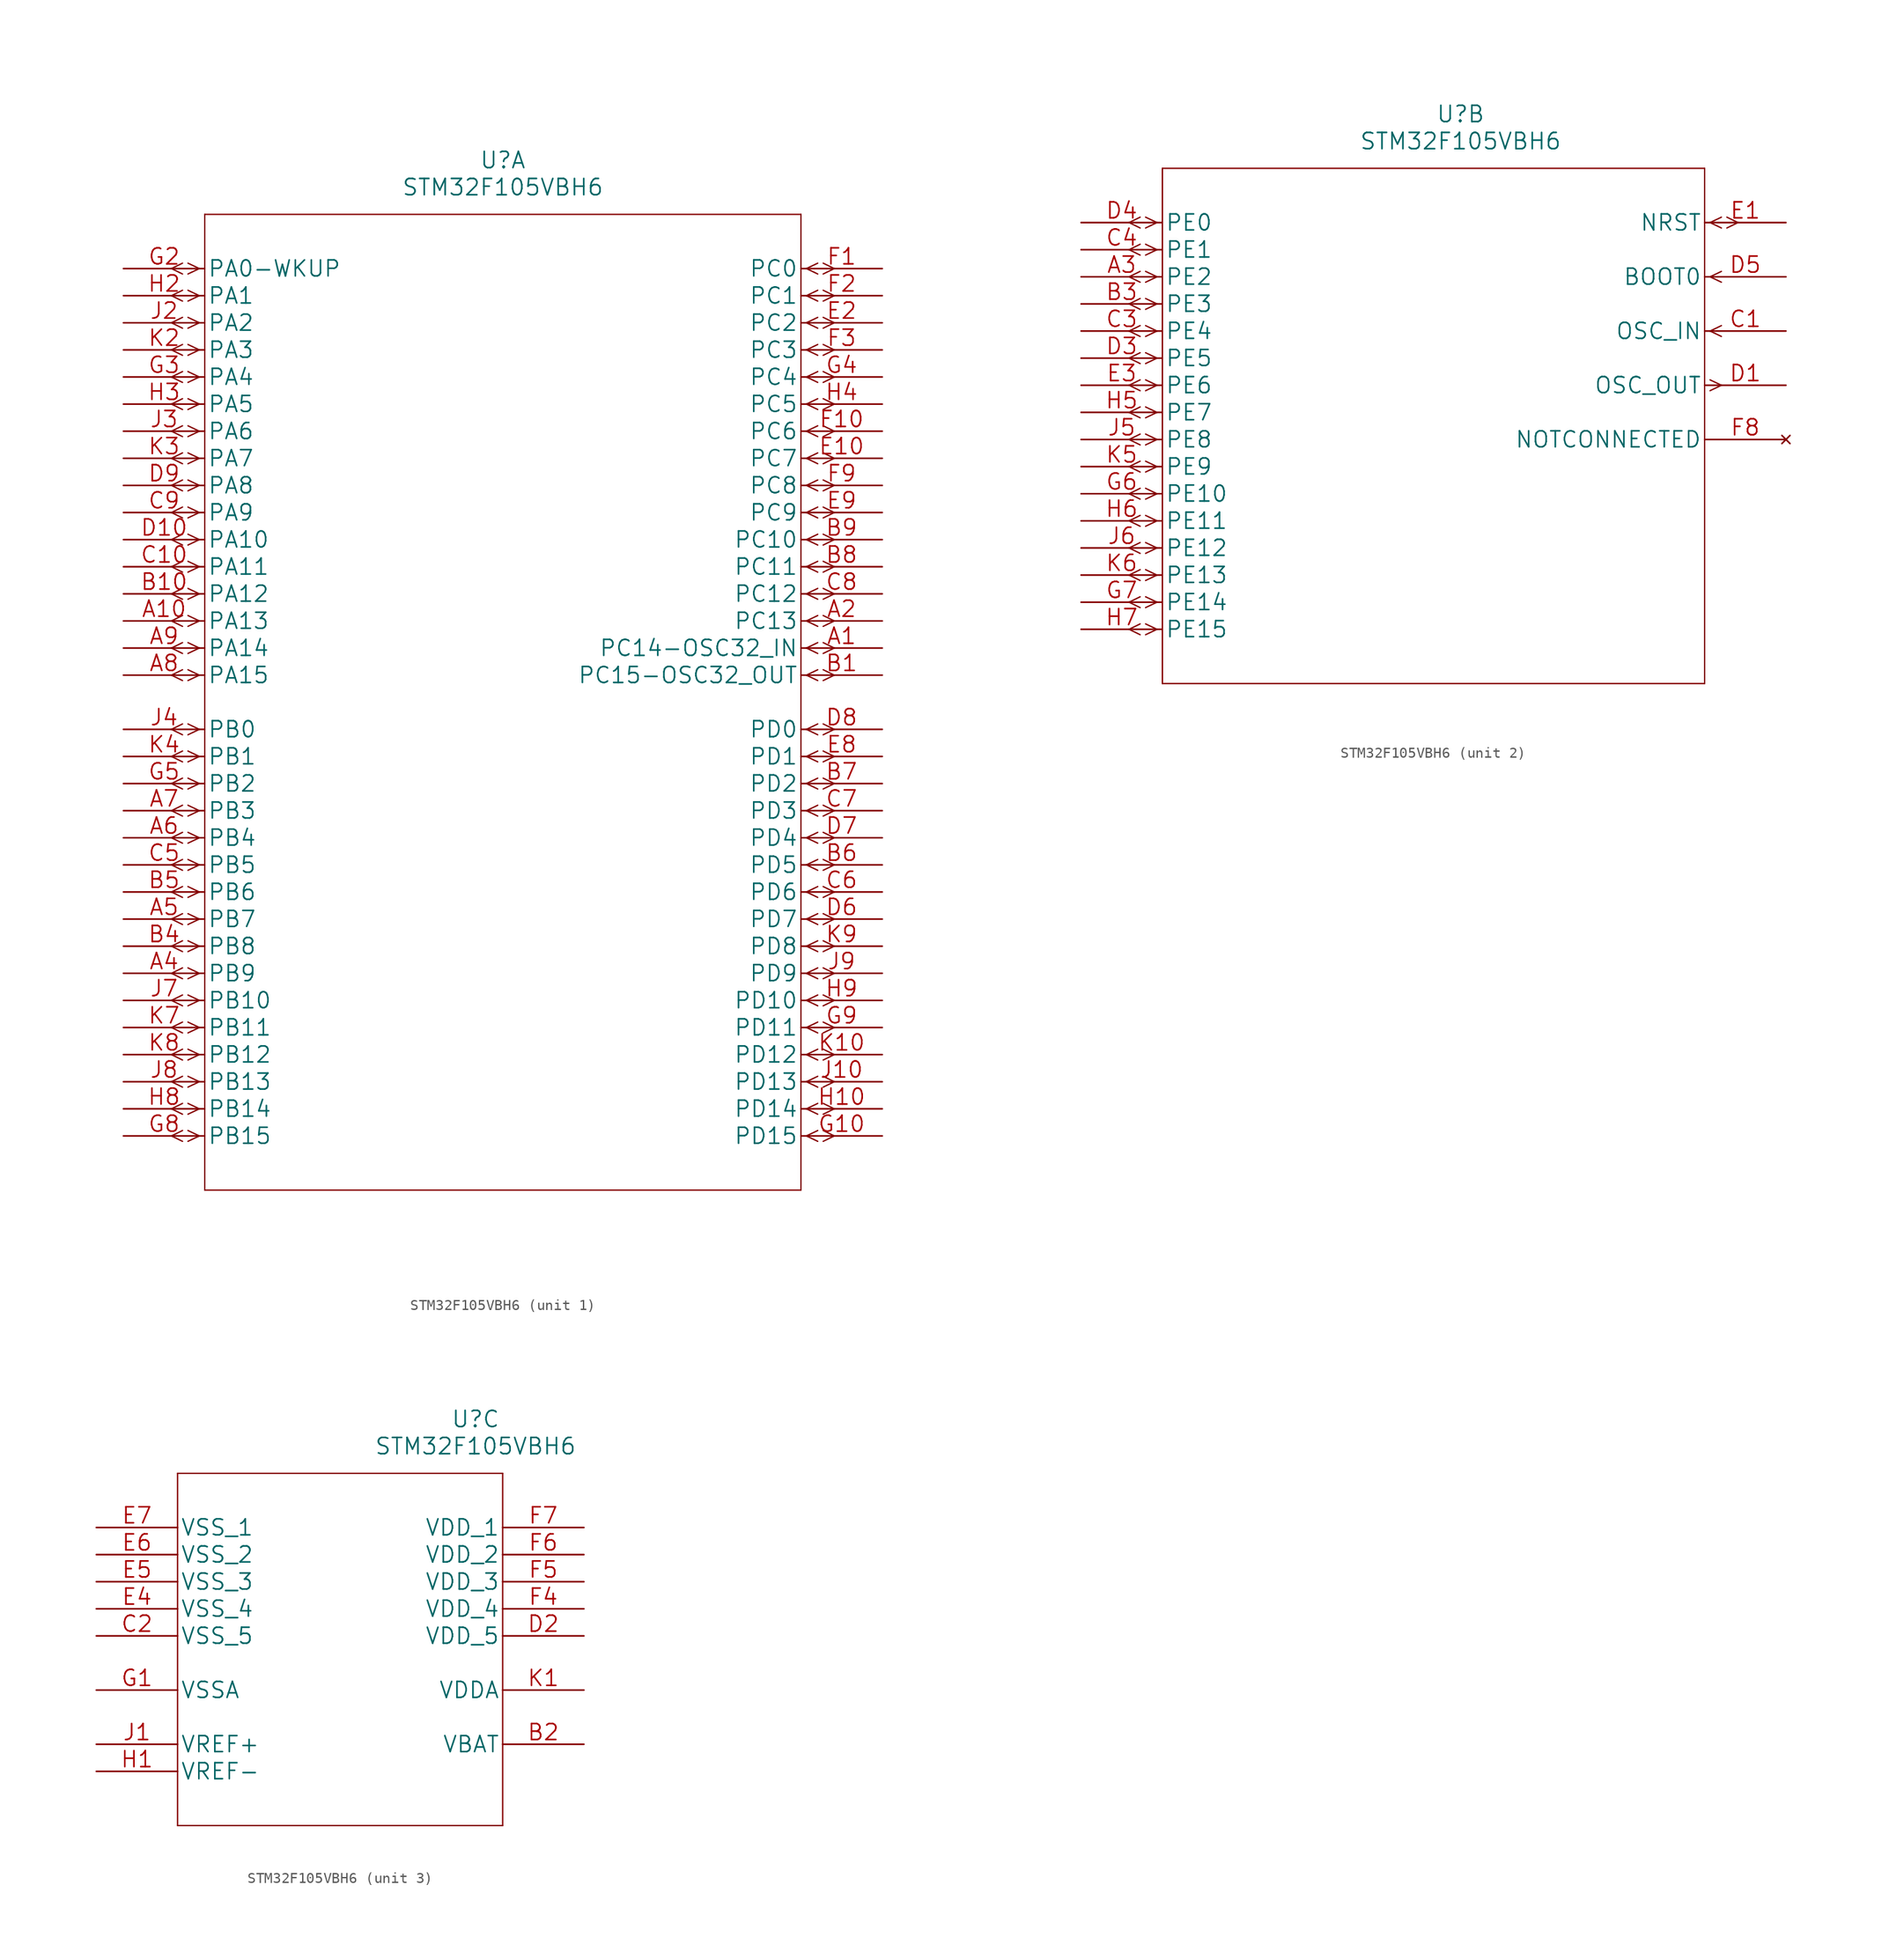
<source format=kicad_sym>
(kicad_symbol_lib
  (version 20210619)
  (generator kicad_symbol_editor)
  (symbol "STM32F105VBH6"
    (pin_names
      (offset 0.254))
    (property "Reference" "U"
      (at 35.56 10.16 0)
      (effects (font (size 1.524 1.524))))
    (property "Value" "STM32F105VBH6"
      (at 35.56 7.62 0)
      (effects (font (size 1.524 1.524))))
    (property "Datasheet" ""
      (at 0 0 0)
      (effects (font (size 1.524 1.524))))
    (symbol "STM32F105VBH6_1_1"
      (polyline (pts (xy 5.537 -81.788) (xy 4.496 -81.28)) (stroke (width 0.127)) (fill (type none)))
      (polyline (pts (xy 5.537 -80.772) (xy 4.496 -81.28)) (stroke (width 0.127)) (fill (type none)))
      (polyline (pts (xy 5.537 -79.248) (xy 4.496 -78.74)) (stroke (width 0.127)) (fill (type none)))
      (polyline (pts (xy 5.537 -78.232) (xy 4.496 -78.74)) (stroke (width 0.127)) (fill (type none)))
      (polyline (pts (xy 5.537 -76.708) (xy 4.496 -76.2)) (stroke (width 0.127)) (fill (type none)))
      (polyline (pts (xy 5.537 -75.692) (xy 4.496 -76.2)) (stroke (width 0.127)) (fill (type none)))
      (polyline (pts (xy 5.537 -74.168) (xy 4.496 -73.66)) (stroke (width 0.127)) (fill (type none)))
      (polyline (pts (xy 5.537 -73.152) (xy 4.496 -73.66)) (stroke (width 0.127)) (fill (type none)))
      (polyline (pts (xy 5.537 -71.628) (xy 4.496 -71.12)) (stroke (width 0.127)) (fill (type none)))
      (polyline (pts (xy 5.537 -70.612) (xy 4.496 -71.12)) (stroke (width 0.127)) (fill (type none)))
      (polyline (pts (xy 5.537 -69.088) (xy 4.496 -68.58)) (stroke (width 0.127)) (fill (type none)))
      (polyline (pts (xy 5.537 -68.072) (xy 4.496 -68.58)) (stroke (width 0.127)) (fill (type none)))
      (polyline (pts (xy 5.537 -66.548) (xy 4.496 -66.04)) (stroke (width 0.127)) (fill (type none)))
      (polyline (pts (xy 5.537 -65.532) (xy 4.496 -66.04)) (stroke (width 0.127)) (fill (type none)))
      (polyline (pts (xy 5.537 -64.008) (xy 4.496 -63.5)) (stroke (width 0.127)) (fill (type none)))
      (polyline (pts (xy 5.537 -62.992) (xy 4.496 -63.5)) (stroke (width 0.127)) (fill (type none)))
      (polyline (pts (xy 5.537 -61.468) (xy 4.496 -60.96)) (stroke (width 0.127)) (fill (type none)))
      (polyline (pts (xy 5.537 -60.452) (xy 4.496 -60.96)) (stroke (width 0.127)) (fill (type none)))
      (polyline (pts (xy 5.537 -58.928) (xy 4.496 -58.42)) (stroke (width 0.127)) (fill (type none)))
      (polyline (pts (xy 5.537 -57.912) (xy 4.496 -58.42)) (stroke (width 0.127)) (fill (type none)))
      (polyline (pts (xy 5.537 -56.388) (xy 4.496 -55.88)) (stroke (width 0.127)) (fill (type none)))
      (polyline (pts (xy 5.537 -55.372) (xy 4.496 -55.88)) (stroke (width 0.127)) (fill (type none)))
      (polyline (pts (xy 5.537 -53.848) (xy 4.496 -53.34)) (stroke (width 0.127)) (fill (type none)))
      (polyline (pts (xy 5.537 -52.832) (xy 4.496 -53.34)) (stroke (width 0.127)) (fill (type none)))
      (polyline (pts (xy 5.537 -51.308) (xy 4.496 -50.8)) (stroke (width 0.127)) (fill (type none)))
      (polyline (pts (xy 5.537 -50.292) (xy 4.496 -50.8)) (stroke (width 0.127)) (fill (type none)))
      (polyline (pts (xy 5.537 -48.768) (xy 4.496 -48.26)) (stroke (width 0.127)) (fill (type none)))
      (polyline (pts (xy 5.537 -47.752) (xy 4.496 -48.26)) (stroke (width 0.127)) (fill (type none)))
      (polyline (pts (xy 5.537 -46.228) (xy 4.496 -45.72)) (stroke (width 0.127)) (fill (type none)))
      (polyline (pts (xy 5.537 -45.212) (xy 4.496 -45.72)) (stroke (width 0.127)) (fill (type none)))
      (polyline (pts (xy 5.537 -43.688) (xy 4.496 -43.18)) (stroke (width 0.127)) (fill (type none)))
      (polyline (pts (xy 5.537 -42.672) (xy 4.496 -43.18)) (stroke (width 0.127)) (fill (type none)))
      (polyline (pts (xy 5.537 -38.608) (xy 4.496 -38.1)) (stroke (width 0.127)) (fill (type none)))
      (polyline (pts (xy 5.537 -37.592) (xy 4.496 -38.1)) (stroke (width 0.127)) (fill (type none)))
      (polyline (pts (xy 5.537 -36.068) (xy 4.496 -35.56)) (stroke (width 0.127)) (fill (type none)))
      (polyline (pts (xy 5.537 -35.052) (xy 4.496 -35.56)) (stroke (width 0.127)) (fill (type none)))
      (polyline (pts (xy 5.537 -33.528) (xy 4.496 -33.02)) (stroke (width 0.127)) (fill (type none)))
      (polyline (pts (xy 5.537 -32.512) (xy 4.496 -33.02)) (stroke (width 0.127)) (fill (type none)))
      (polyline (pts (xy 5.537 -30.988) (xy 4.496 -30.48)) (stroke (width 0.127)) (fill (type none)))
      (polyline (pts (xy 5.537 -29.972) (xy 4.496 -30.48)) (stroke (width 0.127)) (fill (type none)))
      (polyline (pts (xy 5.537 -28.448) (xy 4.496 -27.94)) (stroke (width 0.127)) (fill (type none)))
      (polyline (pts (xy 5.537 -27.432) (xy 4.496 -27.94)) (stroke (width 0.127)) (fill (type none)))
      (polyline (pts (xy 5.537 -25.908) (xy 4.496 -25.4)) (stroke (width 0.127)) (fill (type none)))
      (polyline (pts (xy 5.537 -24.892) (xy 4.496 -25.4)) (stroke (width 0.127)) (fill (type none)))
      (polyline (pts (xy 5.537 -23.368) (xy 4.496 -22.86)) (stroke (width 0.127)) (fill (type none)))
      (polyline (pts (xy 5.537 -22.352) (xy 4.496 -22.86)) (stroke (width 0.127)) (fill (type none)))
      (polyline (pts (xy 5.537 -20.828) (xy 4.496 -20.32)) (stroke (width 0.127)) (fill (type none)))
      (polyline (pts (xy 5.537 -19.812) (xy 4.496 -20.32)) (stroke (width 0.127)) (fill (type none)))
      (polyline (pts (xy 5.537 -18.288) (xy 4.496 -17.78)) (stroke (width 0.127)) (fill (type none)))
      (polyline (pts (xy 5.537 -17.272) (xy 4.496 -17.78)) (stroke (width 0.127)) (fill (type none)))
      (polyline (pts (xy 5.537 -15.748) (xy 4.496 -15.24)) (stroke (width 0.127)) (fill (type none)))
      (polyline (pts (xy 5.537 -14.732) (xy 4.496 -15.24)) (stroke (width 0.127)) (fill (type none)))
      (polyline (pts (xy 5.537 -13.208) (xy 4.496 -12.7)) (stroke (width 0.127)) (fill (type none)))
      (polyline (pts (xy 5.537 -12.192) (xy 4.496 -12.7)) (stroke (width 0.127)) (fill (type none)))
      (polyline (pts (xy 5.537 -10.668) (xy 4.496 -10.16)) (stroke (width 0.127)) (fill (type none)))
      (polyline (pts (xy 5.537 -9.652) (xy 4.496 -10.16)) (stroke (width 0.127)) (fill (type none)))
      (polyline (pts (xy 5.537 -8.128) (xy 4.496 -7.62)) (stroke (width 0.127)) (fill (type none)))
      (polyline (pts (xy 5.537 -7.112) (xy 4.496 -7.62)) (stroke (width 0.127)) (fill (type none)))
      (polyline (pts (xy 5.537 -5.588) (xy 4.496 -5.08)) (stroke (width 0.127)) (fill (type none)))
      (polyline (pts (xy 5.537 -4.572) (xy 4.496 -5.08)) (stroke (width 0.127)) (fill (type none)))
      (polyline (pts (xy 5.537 -3.048) (xy 4.496 -2.54)) (stroke (width 0.127)) (fill (type none)))
      (polyline (pts (xy 5.537 -2.032) (xy 4.496 -2.54)) (stroke (width 0.127)) (fill (type none)))
      (polyline (pts (xy 5.537 -0.508) (xy 4.496 0)) (stroke (width 0.127)) (fill (type none)))
      (polyline (pts (xy 5.537 0.508) (xy 4.496 0)) (stroke (width 0.127)) (fill (type none)))
      (polyline (pts (xy 7.112 -81.28) (xy 6.045 -81.788)) (stroke (width 0.127)) (fill (type none)))
      (polyline (pts (xy 7.112 -81.28) (xy 6.045 -80.772)) (stroke (width 0.127)) (fill (type none)))
      (polyline (pts (xy 7.112 -78.74) (xy 6.045 -79.248)) (stroke (width 0.127)) (fill (type none)))
      (polyline (pts (xy 7.112 -78.74) (xy 6.045 -78.232)) (stroke (width 0.127)) (fill (type none)))
      (polyline (pts (xy 7.112 -76.2) (xy 6.045 -76.708)) (stroke (width 0.127)) (fill (type none)))
      (polyline (pts (xy 7.112 -76.2) (xy 6.045 -75.692)) (stroke (width 0.127)) (fill (type none)))
      (polyline (pts (xy 7.112 -73.66) (xy 6.045 -74.168)) (stroke (width 0.127)) (fill (type none)))
      (polyline (pts (xy 7.112 -73.66) (xy 6.045 -73.152)) (stroke (width 0.127)) (fill (type none)))
      (polyline (pts (xy 7.112 -71.12) (xy 6.045 -71.628)) (stroke (width 0.127)) (fill (type none)))
      (polyline (pts (xy 7.112 -71.12) (xy 6.045 -70.612)) (stroke (width 0.127)) (fill (type none)))
      (polyline (pts (xy 7.112 -68.58) (xy 6.045 -69.088)) (stroke (width 0.127)) (fill (type none)))
      (polyline (pts (xy 7.112 -68.58) (xy 6.045 -68.072)) (stroke (width 0.127)) (fill (type none)))
      (polyline (pts (xy 7.112 -66.04) (xy 6.045 -66.548)) (stroke (width 0.127)) (fill (type none)))
      (polyline (pts (xy 7.112 -66.04) (xy 6.045 -65.532)) (stroke (width 0.127)) (fill (type none)))
      (polyline (pts (xy 7.112 -63.5) (xy 6.045 -64.008)) (stroke (width 0.127)) (fill (type none)))
      (polyline (pts (xy 7.112 -63.5) (xy 6.045 -62.992)) (stroke (width 0.127)) (fill (type none)))
      (polyline (pts (xy 7.112 -60.96) (xy 6.045 -61.468)) (stroke (width 0.127)) (fill (type none)))
      (polyline (pts (xy 7.112 -60.96) (xy 6.045 -60.452)) (stroke (width 0.127)) (fill (type none)))
      (polyline (pts (xy 7.112 -58.42) (xy 6.045 -58.928)) (stroke (width 0.127)) (fill (type none)))
      (polyline (pts (xy 7.112 -58.42) (xy 6.045 -57.912)) (stroke (width 0.127)) (fill (type none)))
      (polyline (pts (xy 7.112 -55.88) (xy 6.045 -56.388)) (stroke (width 0.127)) (fill (type none)))
      (polyline (pts (xy 7.112 -55.88) (xy 6.045 -55.372)) (stroke (width 0.127)) (fill (type none)))
      (polyline (pts (xy 7.112 -53.34) (xy 6.045 -53.848)) (stroke (width 0.127)) (fill (type none)))
      (polyline (pts (xy 7.112 -53.34) (xy 6.045 -52.832)) (stroke (width 0.127)) (fill (type none)))
      (polyline (pts (xy 7.112 -50.8) (xy 6.045 -51.308)) (stroke (width 0.127)) (fill (type none)))
      (polyline (pts (xy 7.112 -50.8) (xy 6.045 -50.292)) (stroke (width 0.127)) (fill (type none)))
      (polyline (pts (xy 7.112 -48.26) (xy 6.045 -48.768)) (stroke (width 0.127)) (fill (type none)))
      (polyline (pts (xy 7.112 -48.26) (xy 6.045 -47.752)) (stroke (width 0.127)) (fill (type none)))
      (polyline (pts (xy 7.112 -45.72) (xy 6.045 -46.228)) (stroke (width 0.127)) (fill (type none)))
      (polyline (pts (xy 7.112 -45.72) (xy 6.045 -45.212)) (stroke (width 0.127)) (fill (type none)))
      (polyline (pts (xy 7.112 -43.18) (xy 6.045 -43.688)) (stroke (width 0.127)) (fill (type none)))
      (polyline (pts (xy 7.112 -43.18) (xy 6.045 -42.672)) (stroke (width 0.127)) (fill (type none)))
      (polyline (pts (xy 7.112 -38.1) (xy 6.045 -38.608)) (stroke (width 0.127)) (fill (type none)))
      (polyline (pts (xy 7.112 -38.1) (xy 6.045 -37.592)) (stroke (width 0.127)) (fill (type none)))
      (polyline (pts (xy 7.112 -35.56) (xy 6.045 -36.068)) (stroke (width 0.127)) (fill (type none)))
      (polyline (pts (xy 7.112 -35.56) (xy 6.045 -35.052)) (stroke (width 0.127)) (fill (type none)))
      (polyline (pts (xy 7.112 -33.02) (xy 6.045 -33.528)) (stroke (width 0.127)) (fill (type none)))
      (polyline (pts (xy 7.112 -33.02) (xy 6.045 -32.512)) (stroke (width 0.127)) (fill (type none)))
      (polyline (pts (xy 7.112 -30.48) (xy 6.045 -30.988)) (stroke (width 0.127)) (fill (type none)))
      (polyline (pts (xy 7.112 -30.48) (xy 6.045 -29.972)) (stroke (width 0.127)) (fill (type none)))
      (polyline (pts (xy 7.112 -27.94) (xy 6.045 -28.448)) (stroke (width 0.127)) (fill (type none)))
      (polyline (pts (xy 7.112 -27.94) (xy 6.045 -27.432)) (stroke (width 0.127)) (fill (type none)))
      (polyline (pts (xy 7.112 -25.4) (xy 6.045 -25.908)) (stroke (width 0.127)) (fill (type none)))
      (polyline (pts (xy 7.112 -25.4) (xy 6.045 -24.892)) (stroke (width 0.127)) (fill (type none)))
      (polyline (pts (xy 7.112 -22.86) (xy 6.045 -23.368)) (stroke (width 0.127)) (fill (type none)))
      (polyline (pts (xy 7.112 -22.86) (xy 6.045 -22.352)) (stroke (width 0.127)) (fill (type none)))
      (polyline (pts (xy 7.112 -20.32) (xy 6.045 -20.828)) (stroke (width 0.127)) (fill (type none)))
      (polyline (pts (xy 7.112 -20.32) (xy 6.045 -19.812)) (stroke (width 0.127)) (fill (type none)))
      (polyline (pts (xy 7.112 -17.78) (xy 6.045 -18.288)) (stroke (width 0.127)) (fill (type none)))
      (polyline (pts (xy 7.112 -17.78) (xy 6.045 -17.272)) (stroke (width 0.127)) (fill (type none)))
      (polyline (pts (xy 7.112 -15.24) (xy 6.045 -15.748)) (stroke (width 0.127)) (fill (type none)))
      (polyline (pts (xy 7.112 -15.24) (xy 6.045 -14.732)) (stroke (width 0.127)) (fill (type none)))
      (polyline (pts (xy 7.112 -12.7) (xy 6.045 -13.208)) (stroke (width 0.127)) (fill (type none)))
      (polyline (pts (xy 7.112 -12.7) (xy 6.045 -12.192)) (stroke (width 0.127)) (fill (type none)))
      (polyline (pts (xy 7.112 -10.16) (xy 6.045 -10.668)) (stroke (width 0.127)) (fill (type none)))
      (polyline (pts (xy 7.112 -10.16) (xy 6.045 -9.652)) (stroke (width 0.127)) (fill (type none)))
      (polyline (pts (xy 7.112 -7.62) (xy 6.045 -8.128)) (stroke (width 0.127)) (fill (type none)))
      (polyline (pts (xy 7.112 -7.62) (xy 6.045 -7.112)) (stroke (width 0.127)) (fill (type none)))
      (polyline (pts (xy 7.112 -5.08) (xy 6.045 -5.588)) (stroke (width 0.127)) (fill (type none)))
      (polyline (pts (xy 7.112 -5.08) (xy 6.045 -4.572)) (stroke (width 0.127)) (fill (type none)))
      (polyline (pts (xy 7.112 -2.54) (xy 6.045 -3.048)) (stroke (width 0.127)) (fill (type none)))
      (polyline (pts (xy 7.112 -2.54) (xy 6.045 -2.032)) (stroke (width 0.127)) (fill (type none)))
      (polyline (pts (xy 7.112 0) (xy 6.045 -0.508)) (stroke (width 0.127)) (fill (type none)))
      (polyline (pts (xy 7.112 0) (xy 6.045 0.508)) (stroke (width 0.127)) (fill (type none)))
      (polyline (pts (xy 7.62 -86.36) (xy 63.5 -86.36)) (stroke (width 0.127)) (fill (type none)))
      (polyline (pts (xy 7.62 5.08) (xy 7.62 -86.36)) (stroke (width 0.127)) (fill (type none)))
      (polyline (pts (xy 63.5 -86.36) (xy 63.5 5.08)) (stroke (width 0.127)) (fill (type none)))
      (polyline (pts (xy 63.5 5.08) (xy 7.62 5.08)) (stroke (width 0.127)) (fill (type none)))
      (polyline (pts (xy 64.008 -81.28) (xy 65.075 -81.788)) (stroke (width 0.127)) (fill (type none)))
      (polyline (pts (xy 64.008 -81.28) (xy 65.075 -80.772)) (stroke (width 0.127)) (fill (type none)))
      (polyline (pts (xy 64.008 -78.74) (xy 65.075 -79.248)) (stroke (width 0.127)) (fill (type none)))
      (polyline (pts (xy 64.008 -78.74) (xy 65.075 -78.232)) (stroke (width 0.127)) (fill (type none)))
      (polyline (pts (xy 64.008 -76.2) (xy 65.075 -76.708)) (stroke (width 0.127)) (fill (type none)))
      (polyline (pts (xy 64.008 -76.2) (xy 65.075 -75.692)) (stroke (width 0.127)) (fill (type none)))
      (polyline (pts (xy 64.008 -73.66) (xy 65.075 -74.168)) (stroke (width 0.127)) (fill (type none)))
      (polyline (pts (xy 64.008 -73.66) (xy 65.075 -73.152)) (stroke (width 0.127)) (fill (type none)))
      (polyline (pts (xy 64.008 -71.12) (xy 65.075 -71.628)) (stroke (width 0.127)) (fill (type none)))
      (polyline (pts (xy 64.008 -71.12) (xy 65.075 -70.612)) (stroke (width 0.127)) (fill (type none)))
      (polyline (pts (xy 64.008 -68.58) (xy 65.075 -69.088)) (stroke (width 0.127)) (fill (type none)))
      (polyline (pts (xy 64.008 -68.58) (xy 65.075 -68.072)) (stroke (width 0.127)) (fill (type none)))
      (polyline (pts (xy 64.008 -66.04) (xy 65.075 -66.548)) (stroke (width 0.127)) (fill (type none)))
      (polyline (pts (xy 64.008 -66.04) (xy 65.075 -65.532)) (stroke (width 0.127)) (fill (type none)))
      (polyline (pts (xy 64.008 -63.5) (xy 65.075 -64.008)) (stroke (width 0.127)) (fill (type none)))
      (polyline (pts (xy 64.008 -63.5) (xy 65.075 -62.992)) (stroke (width 0.127)) (fill (type none)))
      (polyline (pts (xy 64.008 -60.96) (xy 65.075 -61.468)) (stroke (width 0.127)) (fill (type none)))
      (polyline (pts (xy 64.008 -60.96) (xy 65.075 -60.452)) (stroke (width 0.127)) (fill (type none)))
      (polyline (pts (xy 64.008 -58.42) (xy 65.075 -58.928)) (stroke (width 0.127)) (fill (type none)))
      (polyline (pts (xy 64.008 -58.42) (xy 65.075 -57.912)) (stroke (width 0.127)) (fill (type none)))
      (polyline (pts (xy 64.008 -55.88) (xy 65.075 -56.388)) (stroke (width 0.127)) (fill (type none)))
      (polyline (pts (xy 64.008 -55.88) (xy 65.075 -55.372)) (stroke (width 0.127)) (fill (type none)))
      (polyline (pts (xy 64.008 -53.34) (xy 65.075 -53.848)) (stroke (width 0.127)) (fill (type none)))
      (polyline (pts (xy 64.008 -53.34) (xy 65.075 -52.832)) (stroke (width 0.127)) (fill (type none)))
      (polyline (pts (xy 64.008 -50.8) (xy 65.075 -51.308)) (stroke (width 0.127)) (fill (type none)))
      (polyline (pts (xy 64.008 -50.8) (xy 65.075 -50.292)) (stroke (width 0.127)) (fill (type none)))
      (polyline (pts (xy 64.008 -48.26) (xy 65.075 -48.768)) (stroke (width 0.127)) (fill (type none)))
      (polyline (pts (xy 64.008 -48.26) (xy 65.075 -47.752)) (stroke (width 0.127)) (fill (type none)))
      (polyline (pts (xy 64.008 -45.72) (xy 65.075 -46.228)) (stroke (width 0.127)) (fill (type none)))
      (polyline (pts (xy 64.008 -45.72) (xy 65.075 -45.212)) (stroke (width 0.127)) (fill (type none)))
      (polyline (pts (xy 64.008 -43.18) (xy 65.075 -43.688)) (stroke (width 0.127)) (fill (type none)))
      (polyline (pts (xy 64.008 -43.18) (xy 65.075 -42.672)) (stroke (width 0.127)) (fill (type none)))
      (polyline (pts (xy 64.008 -38.1) (xy 65.075 -38.608)) (stroke (width 0.127)) (fill (type none)))
      (polyline (pts (xy 64.008 -38.1) (xy 65.075 -37.592)) (stroke (width 0.127)) (fill (type none)))
      (polyline (pts (xy 64.008 -35.56) (xy 65.075 -36.068)) (stroke (width 0.127)) (fill (type none)))
      (polyline (pts (xy 64.008 -35.56) (xy 65.075 -35.052)) (stroke (width 0.127)) (fill (type none)))
      (polyline (pts (xy 64.008 -33.02) (xy 65.075 -33.528)) (stroke (width 0.127)) (fill (type none)))
      (polyline (pts (xy 64.008 -33.02) (xy 65.075 -32.512)) (stroke (width 0.127)) (fill (type none)))
      (polyline (pts (xy 64.008 -30.48) (xy 65.075 -30.988)) (stroke (width 0.127)) (fill (type none)))
      (polyline (pts (xy 64.008 -30.48) (xy 65.075 -29.972)) (stroke (width 0.127)) (fill (type none)))
      (polyline (pts (xy 64.008 -27.94) (xy 65.075 -28.448)) (stroke (width 0.127)) (fill (type none)))
      (polyline (pts (xy 64.008 -27.94) (xy 65.075 -27.432)) (stroke (width 0.127)) (fill (type none)))
      (polyline (pts (xy 64.008 -25.4) (xy 65.075 -25.908)) (stroke (width 0.127)) (fill (type none)))
      (polyline (pts (xy 64.008 -25.4) (xy 65.075 -24.892)) (stroke (width 0.127)) (fill (type none)))
      (polyline (pts (xy 64.008 -22.86) (xy 65.075 -23.368)) (stroke (width 0.127)) (fill (type none)))
      (polyline (pts (xy 64.008 -22.86) (xy 65.075 -22.352)) (stroke (width 0.127)) (fill (type none)))
      (polyline (pts (xy 64.008 -20.32) (xy 65.075 -20.828)) (stroke (width 0.127)) (fill (type none)))
      (polyline (pts (xy 64.008 -20.32) (xy 65.075 -19.812)) (stroke (width 0.127)) (fill (type none)))
      (polyline (pts (xy 64.008 -17.78) (xy 65.075 -18.288)) (stroke (width 0.127)) (fill (type none)))
      (polyline (pts (xy 64.008 -17.78) (xy 65.075 -17.272)) (stroke (width 0.127)) (fill (type none)))
      (polyline (pts (xy 64.008 -15.24) (xy 65.075 -15.748)) (stroke (width 0.127)) (fill (type none)))
      (polyline (pts (xy 64.008 -15.24) (xy 65.075 -14.732)) (stroke (width 0.127)) (fill (type none)))
      (polyline (pts (xy 64.008 -12.7) (xy 65.075 -13.208)) (stroke (width 0.127)) (fill (type none)))
      (polyline (pts (xy 64.008 -12.7) (xy 65.075 -12.192)) (stroke (width 0.127)) (fill (type none)))
      (polyline (pts (xy 64.008 -10.16) (xy 65.075 -10.668)) (stroke (width 0.127)) (fill (type none)))
      (polyline (pts (xy 64.008 -10.16) (xy 65.075 -9.652)) (stroke (width 0.127)) (fill (type none)))
      (polyline (pts (xy 64.008 -7.62) (xy 65.075 -8.128)) (stroke (width 0.127)) (fill (type none)))
      (polyline (pts (xy 64.008 -7.62) (xy 65.075 -7.112)) (stroke (width 0.127)) (fill (type none)))
      (polyline (pts (xy 64.008 -5.08) (xy 65.075 -5.588)) (stroke (width 0.127)) (fill (type none)))
      (polyline (pts (xy 64.008 -5.08) (xy 65.075 -4.572)) (stroke (width 0.127)) (fill (type none)))
      (polyline (pts (xy 64.008 -2.54) (xy 65.075 -3.048)) (stroke (width 0.127)) (fill (type none)))
      (polyline (pts (xy 64.008 -2.54) (xy 65.075 -2.032)) (stroke (width 0.127)) (fill (type none)))
      (polyline (pts (xy 64.008 0) (xy 65.075 -0.508)) (stroke (width 0.127)) (fill (type none)))
      (polyline (pts (xy 64.008 0) (xy 65.075 0.508)) (stroke (width 0.127)) (fill (type none)))
      (polyline (pts (xy 65.583 -81.788) (xy 66.624 -81.28)) (stroke (width 0.127)) (fill (type none)))
      (polyline (pts (xy 65.583 -80.772) (xy 66.624 -81.28)) (stroke (width 0.127)) (fill (type none)))
      (polyline (pts (xy 65.583 -79.248) (xy 66.624 -78.74)) (stroke (width 0.127)) (fill (type none)))
      (polyline (pts (xy 65.583 -78.232) (xy 66.624 -78.74)) (stroke (width 0.127)) (fill (type none)))
      (polyline (pts (xy 65.583 -76.708) (xy 66.624 -76.2)) (stroke (width 0.127)) (fill (type none)))
      (polyline (pts (xy 65.583 -75.692) (xy 66.624 -76.2)) (stroke (width 0.127)) (fill (type none)))
      (polyline (pts (xy 65.583 -74.168) (xy 66.624 -73.66)) (stroke (width 0.127)) (fill (type none)))
      (polyline (pts (xy 65.583 -73.152) (xy 66.624 -73.66)) (stroke (width 0.127)) (fill (type none)))
      (polyline (pts (xy 65.583 -71.628) (xy 66.624 -71.12)) (stroke (width 0.127)) (fill (type none)))
      (polyline (pts (xy 65.583 -70.612) (xy 66.624 -71.12)) (stroke (width 0.127)) (fill (type none)))
      (polyline (pts (xy 65.583 -69.088) (xy 66.624 -68.58)) (stroke (width 0.127)) (fill (type none)))
      (polyline (pts (xy 65.583 -68.072) (xy 66.624 -68.58)) (stroke (width 0.127)) (fill (type none)))
      (polyline (pts (xy 65.583 -66.548) (xy 66.624 -66.04)) (stroke (width 0.127)) (fill (type none)))
      (polyline (pts (xy 65.583 -65.532) (xy 66.624 -66.04)) (stroke (width 0.127)) (fill (type none)))
      (polyline (pts (xy 65.583 -64.008) (xy 66.624 -63.5)) (stroke (width 0.127)) (fill (type none)))
      (polyline (pts (xy 65.583 -62.992) (xy 66.624 -63.5)) (stroke (width 0.127)) (fill (type none)))
      (polyline (pts (xy 65.583 -61.468) (xy 66.624 -60.96)) (stroke (width 0.127)) (fill (type none)))
      (polyline (pts (xy 65.583 -60.452) (xy 66.624 -60.96)) (stroke (width 0.127)) (fill (type none)))
      (polyline (pts (xy 65.583 -58.928) (xy 66.624 -58.42)) (stroke (width 0.127)) (fill (type none)))
      (polyline (pts (xy 65.583 -57.912) (xy 66.624 -58.42)) (stroke (width 0.127)) (fill (type none)))
      (polyline (pts (xy 65.583 -56.388) (xy 66.624 -55.88)) (stroke (width 0.127)) (fill (type none)))
      (polyline (pts (xy 65.583 -55.372) (xy 66.624 -55.88)) (stroke (width 0.127)) (fill (type none)))
      (polyline (pts (xy 65.583 -53.848) (xy 66.624 -53.34)) (stroke (width 0.127)) (fill (type none)))
      (polyline (pts (xy 65.583 -52.832) (xy 66.624 -53.34)) (stroke (width 0.127)) (fill (type none)))
      (polyline (pts (xy 65.583 -51.308) (xy 66.624 -50.8)) (stroke (width 0.127)) (fill (type none)))
      (polyline (pts (xy 65.583 -50.292) (xy 66.624 -50.8)) (stroke (width 0.127)) (fill (type none)))
      (polyline (pts (xy 65.583 -48.768) (xy 66.624 -48.26)) (stroke (width 0.127)) (fill (type none)))
      (polyline (pts (xy 65.583 -47.752) (xy 66.624 -48.26)) (stroke (width 0.127)) (fill (type none)))
      (polyline (pts (xy 65.583 -46.228) (xy 66.624 -45.72)) (stroke (width 0.127)) (fill (type none)))
      (polyline (pts (xy 65.583 -45.212) (xy 66.624 -45.72)) (stroke (width 0.127)) (fill (type none)))
      (polyline (pts (xy 65.583 -43.688) (xy 66.624 -43.18)) (stroke (width 0.127)) (fill (type none)))
      (polyline (pts (xy 65.583 -42.672) (xy 66.624 -43.18)) (stroke (width 0.127)) (fill (type none)))
      (polyline (pts (xy 65.583 -38.608) (xy 66.624 -38.1)) (stroke (width 0.127)) (fill (type none)))
      (polyline (pts (xy 65.583 -37.592) (xy 66.624 -38.1)) (stroke (width 0.127)) (fill (type none)))
      (polyline (pts (xy 65.583 -36.068) (xy 66.624 -35.56)) (stroke (width 0.127)) (fill (type none)))
      (polyline (pts (xy 65.583 -35.052) (xy 66.624 -35.56)) (stroke (width 0.127)) (fill (type none)))
      (polyline (pts (xy 65.583 -33.528) (xy 66.624 -33.02)) (stroke (width 0.127)) (fill (type none)))
      (polyline (pts (xy 65.583 -32.512) (xy 66.624 -33.02)) (stroke (width 0.127)) (fill (type none)))
      (polyline (pts (xy 65.583 -30.988) (xy 66.624 -30.48)) (stroke (width 0.127)) (fill (type none)))
      (polyline (pts (xy 65.583 -29.972) (xy 66.624 -30.48)) (stroke (width 0.127)) (fill (type none)))
      (polyline (pts (xy 65.583 -28.448) (xy 66.624 -27.94)) (stroke (width 0.127)) (fill (type none)))
      (polyline (pts (xy 65.583 -27.432) (xy 66.624 -27.94)) (stroke (width 0.127)) (fill (type none)))
      (polyline (pts (xy 65.583 -25.908) (xy 66.624 -25.4)) (stroke (width 0.127)) (fill (type none)))
      (polyline (pts (xy 65.583 -24.892) (xy 66.624 -25.4)) (stroke (width 0.127)) (fill (type none)))
      (polyline (pts (xy 65.583 -23.368) (xy 66.624 -22.86)) (stroke (width 0.127)) (fill (type none)))
      (polyline (pts (xy 65.583 -22.352) (xy 66.624 -22.86)) (stroke (width 0.127)) (fill (type none)))
      (polyline (pts (xy 65.583 -20.828) (xy 66.624 -20.32)) (stroke (width 0.127)) (fill (type none)))
      (polyline (pts (xy 65.583 -19.812) (xy 66.624 -20.32)) (stroke (width 0.127)) (fill (type none)))
      (polyline (pts (xy 65.583 -18.288) (xy 66.624 -17.78)) (stroke (width 0.127)) (fill (type none)))
      (polyline (pts (xy 65.583 -17.272) (xy 66.624 -17.78)) (stroke (width 0.127)) (fill (type none)))
      (polyline (pts (xy 65.583 -15.748) (xy 66.624 -15.24)) (stroke (width 0.127)) (fill (type none)))
      (polyline (pts (xy 65.583 -14.732) (xy 66.624 -15.24)) (stroke (width 0.127)) (fill (type none)))
      (polyline (pts (xy 65.583 -13.208) (xy 66.624 -12.7)) (stroke (width 0.127)) (fill (type none)))
      (polyline (pts (xy 65.583 -12.192) (xy 66.624 -12.7)) (stroke (width 0.127)) (fill (type none)))
      (polyline (pts (xy 65.583 -10.668) (xy 66.624 -10.16)) (stroke (width 0.127)) (fill (type none)))
      (polyline (pts (xy 65.583 -9.652) (xy 66.624 -10.16)) (stroke (width 0.127)) (fill (type none)))
      (polyline (pts (xy 65.583 -8.128) (xy 66.624 -7.62)) (stroke (width 0.127)) (fill (type none)))
      (polyline (pts (xy 65.583 -7.112) (xy 66.624 -7.62)) (stroke (width 0.127)) (fill (type none)))
      (polyline (pts (xy 65.583 -5.588) (xy 66.624 -5.08)) (stroke (width 0.127)) (fill (type none)))
      (polyline (pts (xy 65.583 -4.572) (xy 66.624 -5.08)) (stroke (width 0.127)) (fill (type none)))
      (polyline (pts (xy 65.583 -3.048) (xy 66.624 -2.54)) (stroke (width 0.127)) (fill (type none)))
      (polyline (pts (xy 65.583 -2.032) (xy 66.624 -2.54)) (stroke (width 0.127)) (fill (type none)))
      (polyline (pts (xy 65.583 -0.508) (xy 66.624 0)) (stroke (width 0.127)) (fill (type none)))
      (polyline (pts (xy 65.583 0.508) (xy 66.624 0)) (stroke (width 0.127)) (fill (type none)))
      (pin bidirectional line (at 71.12 -35.56 180) (length 7.62) (name "PC14-OSC32_IN" (effects (font (size 1.499 1.499)))) (number "A1" (effects (font (size 1.499 1.499)))))
      (pin bidirectional line (at 0 -33.02 0) (length 7.62) (name "PA13" (effects (font (size 1.499 1.499)))) (number "A10" (effects (font (size 1.499 1.499)))))
      (pin bidirectional line (at 71.12 -33.02 180) (length 7.62) (name "PC13" (effects (font (size 1.499 1.499)))) (number "A2" (effects (font (size 1.499 1.499)))))
      (pin bidirectional line (at 0 -66.04 0) (length 7.62) (name "PB9" (effects (font (size 1.499 1.499)))) (number "A4" (effects (font (size 1.499 1.499)))))
      (pin bidirectional line (at 0 -60.96 0) (length 7.62) (name "PB7" (effects (font (size 1.499 1.499)))) (number "A5" (effects (font (size 1.499 1.499)))))
      (pin bidirectional line (at 0 -53.34 0) (length 7.62) (name "PB4" (effects (font (size 1.499 1.499)))) (number "A6" (effects (font (size 1.499 1.499)))))
      (pin bidirectional line (at 0 -50.8 0) (length 7.62) (name "PB3" (effects (font (size 1.499 1.499)))) (number "A7" (effects (font (size 1.499 1.499)))))
      (pin bidirectional line (at 0 -38.1 0) (length 7.62) (name "PA15" (effects (font (size 1.499 1.499)))) (number "A8" (effects (font (size 1.499 1.499)))))
      (pin bidirectional line (at 0 -35.56 0) (length 7.62) (name "PA14" (effects (font (size 1.499 1.499)))) (number "A9" (effects (font (size 1.499 1.499)))))
      (pin bidirectional line (at 71.12 -38.1 180) (length 7.62) (name "PC15-OSC32_OUT" (effects (font (size 1.499 1.499)))) (number "B1" (effects (font (size 1.499 1.499)))))
      (pin bidirectional line (at 0 -30.48 0) (length 7.62) (name "PA12" (effects (font (size 1.499 1.499)))) (number "B10" (effects (font (size 1.499 1.499)))))
      (pin bidirectional line (at 0 -63.5 0) (length 7.62) (name "PB8" (effects (font (size 1.499 1.499)))) (number "B4" (effects (font (size 1.499 1.499)))))
      (pin bidirectional line (at 0 -58.42 0) (length 7.62) (name "PB6" (effects (font (size 1.499 1.499)))) (number "B5" (effects (font (size 1.499 1.499)))))
      (pin bidirectional line (at 71.12 -55.88 180) (length 7.62) (name "PD5" (effects (font (size 1.499 1.499)))) (number "B6" (effects (font (size 1.499 1.499)))))
      (pin bidirectional line (at 71.12 -48.26 180) (length 7.62) (name "PD2" (effects (font (size 1.499 1.499)))) (number "B7" (effects (font (size 1.499 1.499)))))
      (pin bidirectional line (at 71.12 -27.94 180) (length 7.62) (name "PC11" (effects (font (size 1.499 1.499)))) (number "B8" (effects (font (size 1.499 1.499)))))
      (pin bidirectional line (at 71.12 -25.4 180) (length 7.62) (name "PC10" (effects (font (size 1.499 1.499)))) (number "B9" (effects (font (size 1.499 1.499)))))
      (pin bidirectional line (at 0 -27.94 0) (length 7.62) (name "PA11" (effects (font (size 1.499 1.499)))) (number "C10" (effects (font (size 1.499 1.499)))))
      (pin bidirectional line (at 0 -55.88 0) (length 7.62) (name "PB5" (effects (font (size 1.499 1.499)))) (number "C5" (effects (font (size 1.499 1.499)))))
      (pin bidirectional line (at 71.12 -58.42 180) (length 7.62) (name "PD6" (effects (font (size 1.499 1.499)))) (number "C6" (effects (font (size 1.499 1.499)))))
      (pin bidirectional line (at 71.12 -50.8 180) (length 7.62) (name "PD3" (effects (font (size 1.499 1.499)))) (number "C7" (effects (font (size 1.499 1.499)))))
      (pin bidirectional line (at 71.12 -30.48 180) (length 7.62) (name "PC12" (effects (font (size 1.499 1.499)))) (number "C8" (effects (font (size 1.499 1.499)))))
      (pin bidirectional line (at 0 -22.86 0) (length 7.62) (name "PA9" (effects (font (size 1.499 1.499)))) (number "C9" (effects (font (size 1.499 1.499)))))
      (pin bidirectional line (at 0 -25.4 0) (length 7.62) (name "PA10" (effects (font (size 1.499 1.499)))) (number "D10" (effects (font (size 1.499 1.499)))))
      (pin bidirectional line (at 71.12 -60.96 180) (length 7.62) (name "PD7" (effects (font (size 1.499 1.499)))) (number "D6" (effects (font (size 1.499 1.499)))))
      (pin bidirectional line (at 71.12 -53.34 180) (length 7.62) (name "PD4" (effects (font (size 1.499 1.499)))) (number "D7" (effects (font (size 1.499 1.499)))))
      (pin bidirectional line (at 71.12 -43.18 180) (length 7.62) (name "PD0" (effects (font (size 1.499 1.499)))) (number "D8" (effects (font (size 1.499 1.499)))))
      (pin bidirectional line (at 0 -20.32 0) (length 7.62) (name "PA8" (effects (font (size 1.499 1.499)))) (number "D9" (effects (font (size 1.499 1.499)))))
      (pin bidirectional line (at 71.12 -17.78 180) (length 7.62) (name "PC7" (effects (font (size 1.499 1.499)))) (number "E10" (effects (font (size 1.499 1.499)))))
      (pin bidirectional line (at 71.12 -5.08 180) (length 7.62) (name "PC2" (effects (font (size 1.499 1.499)))) (number "E2" (effects (font (size 1.499 1.499)))))
      (pin bidirectional line (at 71.12 -45.72 180) (length 7.62) (name "PD1" (effects (font (size 1.499 1.499)))) (number "E8" (effects (font (size 1.499 1.499)))))
      (pin bidirectional line (at 71.12 -22.86 180) (length 7.62) (name "PC9" (effects (font (size 1.499 1.499)))) (number "E9" (effects (font (size 1.499 1.499)))))
      (pin bidirectional line (at 71.12 0 180) (length 7.62) (name "PC0" (effects (font (size 1.499 1.499)))) (number "F1" (effects (font (size 1.499 1.499)))))
      (pin bidirectional line (at 71.12 -15.24 180) (length 7.62) (name "PC6" (effects (font (size 1.499 1.499)))) (number "F10" (effects (font (size 1.499 1.499)))))
      (pin bidirectional line (at 71.12 -2.54 180) (length 7.62) (name "PC1" (effects (font (size 1.499 1.499)))) (number "F2" (effects (font (size 1.499 1.499)))))
      (pin bidirectional line (at 71.12 -7.62 180) (length 7.62) (name "PC3" (effects (font (size 1.499 1.499)))) (number "F3" (effects (font (size 1.499 1.499)))))
      (pin bidirectional line (at 71.12 -20.32 180) (length 7.62) (name "PC8" (effects (font (size 1.499 1.499)))) (number "F9" (effects (font (size 1.499 1.499)))))
      (pin bidirectional line (at 71.12 -81.28 180) (length 7.62) (name "PD15" (effects (font (size 1.499 1.499)))) (number "G10" (effects (font (size 1.499 1.499)))))
      (pin bidirectional line (at 0 0 0) (length 7.62) (name "PA0-WKUP" (effects (font (size 1.499 1.499)))) (number "G2" (effects (font (size 1.499 1.499)))))
      (pin bidirectional line (at 0 -10.16 0) (length 7.62) (name "PA4" (effects (font (size 1.499 1.499)))) (number "G3" (effects (font (size 1.499 1.499)))))
      (pin bidirectional line (at 71.12 -10.16 180) (length 7.62) (name "PC4" (effects (font (size 1.499 1.499)))) (number "G4" (effects (font (size 1.499 1.499)))))
      (pin bidirectional line (at 0 -48.26 0) (length 7.62) (name "PB2" (effects (font (size 1.499 1.499)))) (number "G5" (effects (font (size 1.499 1.499)))))
      (pin bidirectional line (at 0 -81.28 0) (length 7.62) (name "PB15" (effects (font (size 1.499 1.499)))) (number "G8" (effects (font (size 1.499 1.499)))))
      (pin bidirectional line (at 71.12 -71.12 180) (length 7.62) (name "PD11" (effects (font (size 1.499 1.499)))) (number "G9" (effects (font (size 1.499 1.499)))))
      (pin bidirectional line (at 71.12 -78.74 180) (length 7.62) (name "PD14" (effects (font (size 1.499 1.499)))) (number "H10" (effects (font (size 1.499 1.499)))))
      (pin bidirectional line (at 0 -2.54 0) (length 7.62) (name "PA1" (effects (font (size 1.499 1.499)))) (number "H2" (effects (font (size 1.499 1.499)))))
      (pin bidirectional line (at 0 -12.7 0) (length 7.62) (name "PA5" (effects (font (size 1.499 1.499)))) (number "H3" (effects (font (size 1.499 1.499)))))
      (pin bidirectional line (at 71.12 -12.7 180) (length 7.62) (name "PC5" (effects (font (size 1.499 1.499)))) (number "H4" (effects (font (size 1.499 1.499)))))
      (pin bidirectional line (at 0 -78.74 0) (length 7.62) (name "PB14" (effects (font (size 1.499 1.499)))) (number "H8" (effects (font (size 1.499 1.499)))))
      (pin bidirectional line (at 71.12 -68.58 180) (length 7.62) (name "PD10" (effects (font (size 1.499 1.499)))) (number "H9" (effects (font (size 1.499 1.499)))))
      (pin bidirectional line (at 71.12 -76.2 180) (length 7.62) (name "PD13" (effects (font (size 1.499 1.499)))) (number "J10" (effects (font (size 1.499 1.499)))))
      (pin bidirectional line (at 0 -5.08 0) (length 7.62) (name "PA2" (effects (font (size 1.499 1.499)))) (number "J2" (effects (font (size 1.499 1.499)))))
      (pin bidirectional line (at 0 -15.24 0) (length 7.62) (name "PA6" (effects (font (size 1.499 1.499)))) (number "J3" (effects (font (size 1.499 1.499)))))
      (pin bidirectional line (at 0 -43.18 0) (length 7.62) (name "PB0" (effects (font (size 1.499 1.499)))) (number "J4" (effects (font (size 1.499 1.499)))))
      (pin bidirectional line (at 0 -68.58 0) (length 7.62) (name "PB10" (effects (font (size 1.499 1.499)))) (number "J7" (effects (font (size 1.499 1.499)))))
      (pin bidirectional line (at 0 -76.2 0) (length 7.62) (name "PB13" (effects (font (size 1.499 1.499)))) (number "J8" (effects (font (size 1.499 1.499)))))
      (pin bidirectional line (at 71.12 -66.04 180) (length 7.62) (name "PD9" (effects (font (size 1.499 1.499)))) (number "J9" (effects (font (size 1.499 1.499)))))
      (pin bidirectional line (at 71.12 -73.66 180) (length 7.62) (name "PD12" (effects (font (size 1.499 1.499)))) (number "K10" (effects (font (size 1.499 1.499)))))
      (pin bidirectional line (at 0 -7.62 0) (length 7.62) (name "PA3" (effects (font (size 1.499 1.499)))) (number "K2" (effects (font (size 1.499 1.499)))))
      (pin bidirectional line (at 0 -17.78 0) (length 7.62) (name "PA7" (effects (font (size 1.499 1.499)))) (number "K3" (effects (font (size 1.499 1.499)))))
      (pin bidirectional line (at 0 -45.72 0) (length 7.62) (name "PB1" (effects (font (size 1.499 1.499)))) (number "K4" (effects (font (size 1.499 1.499)))))
      (pin bidirectional line (at 0 -71.12 0) (length 7.62) (name "PB11" (effects (font (size 1.499 1.499)))) (number "K7" (effects (font (size 1.499 1.499)))))
      (pin bidirectional line (at 0 -73.66 0) (length 7.62) (name "PB12" (effects (font (size 1.499 1.499)))) (number "K8" (effects (font (size 1.499 1.499)))))
      (pin bidirectional line (at 71.12 -63.5 180) (length 7.62) (name "PD8" (effects (font (size 1.499 1.499)))) (number "K9" (effects (font (size 1.499 1.499))))))
    (symbol "STM32F105VBH6_2_1"
      (polyline (pts (xy 5.537 -38.608) (xy 4.496 -38.1)) (stroke (width 0.127)) (fill (type none)))
      (polyline (pts (xy 5.537 -37.592) (xy 4.496 -38.1)) (stroke (width 0.127)) (fill (type none)))
      (polyline (pts (xy 5.537 -36.068) (xy 4.496 -35.56)) (stroke (width 0.127)) (fill (type none)))
      (polyline (pts (xy 5.537 -35.052) (xy 4.496 -35.56)) (stroke (width 0.127)) (fill (type none)))
      (polyline (pts (xy 5.537 -33.528) (xy 4.496 -33.02)) (stroke (width 0.127)) (fill (type none)))
      (polyline (pts (xy 5.537 -32.512) (xy 4.496 -33.02)) (stroke (width 0.127)) (fill (type none)))
      (polyline (pts (xy 5.537 -30.988) (xy 4.496 -30.48)) (stroke (width 0.127)) (fill (type none)))
      (polyline (pts (xy 5.537 -29.972) (xy 4.496 -30.48)) (stroke (width 0.127)) (fill (type none)))
      (polyline (pts (xy 5.537 -28.448) (xy 4.496 -27.94)) (stroke (width 0.127)) (fill (type none)))
      (polyline (pts (xy 5.537 -27.432) (xy 4.496 -27.94)) (stroke (width 0.127)) (fill (type none)))
      (polyline (pts (xy 5.537 -25.908) (xy 4.496 -25.4)) (stroke (width 0.127)) (fill (type none)))
      (polyline (pts (xy 5.537 -24.892) (xy 4.496 -25.4)) (stroke (width 0.127)) (fill (type none)))
      (polyline (pts (xy 5.537 -23.368) (xy 4.496 -22.86)) (stroke (width 0.127)) (fill (type none)))
      (polyline (pts (xy 5.537 -22.352) (xy 4.496 -22.86)) (stroke (width 0.127)) (fill (type none)))
      (polyline (pts (xy 5.537 -20.828) (xy 4.496 -20.32)) (stroke (width 0.127)) (fill (type none)))
      (polyline (pts (xy 5.537 -19.812) (xy 4.496 -20.32)) (stroke (width 0.127)) (fill (type none)))
      (polyline (pts (xy 5.537 -18.288) (xy 4.496 -17.78)) (stroke (width 0.127)) (fill (type none)))
      (polyline (pts (xy 5.537 -17.272) (xy 4.496 -17.78)) (stroke (width 0.127)) (fill (type none)))
      (polyline (pts (xy 5.537 -15.748) (xy 4.496 -15.24)) (stroke (width 0.127)) (fill (type none)))
      (polyline (pts (xy 5.537 -14.732) (xy 4.496 -15.24)) (stroke (width 0.127)) (fill (type none)))
      (polyline (pts (xy 5.537 -13.208) (xy 4.496 -12.7)) (stroke (width 0.127)) (fill (type none)))
      (polyline (pts (xy 5.537 -12.192) (xy 4.496 -12.7)) (stroke (width 0.127)) (fill (type none)))
      (polyline (pts (xy 5.537 -10.668) (xy 4.496 -10.16)) (stroke (width 0.127)) (fill (type none)))
      (polyline (pts (xy 5.537 -9.652) (xy 4.496 -10.16)) (stroke (width 0.127)) (fill (type none)))
      (polyline (pts (xy 5.537 -8.128) (xy 4.496 -7.62)) (stroke (width 0.127)) (fill (type none)))
      (polyline (pts (xy 5.537 -7.112) (xy 4.496 -7.62)) (stroke (width 0.127)) (fill (type none)))
      (polyline (pts (xy 5.537 -5.588) (xy 4.496 -5.08)) (stroke (width 0.127)) (fill (type none)))
      (polyline (pts (xy 5.537 -4.572) (xy 4.496 -5.08)) (stroke (width 0.127)) (fill (type none)))
      (polyline (pts (xy 5.537 -3.048) (xy 4.496 -2.54)) (stroke (width 0.127)) (fill (type none)))
      (polyline (pts (xy 5.537 -2.032) (xy 4.496 -2.54)) (stroke (width 0.127)) (fill (type none)))
      (polyline (pts (xy 5.537 -0.508) (xy 4.496 0)) (stroke (width 0.127)) (fill (type none)))
      (polyline (pts (xy 5.537 0.508) (xy 4.496 0)) (stroke (width 0.127)) (fill (type none)))
      (polyline (pts (xy 7.112 -38.1) (xy 6.045 -38.608)) (stroke (width 0.127)) (fill (type none)))
      (polyline (pts (xy 7.112 -38.1) (xy 6.045 -37.592)) (stroke (width 0.127)) (fill (type none)))
      (polyline (pts (xy 7.112 -35.56) (xy 6.045 -36.068)) (stroke (width 0.127)) (fill (type none)))
      (polyline (pts (xy 7.112 -35.56) (xy 6.045 -35.052)) (stroke (width 0.127)) (fill (type none)))
      (polyline (pts (xy 7.112 -33.02) (xy 6.045 -33.528)) (stroke (width 0.127)) (fill (type none)))
      (polyline (pts (xy 7.112 -33.02) (xy 6.045 -32.512)) (stroke (width 0.127)) (fill (type none)))
      (polyline (pts (xy 7.112 -30.48) (xy 6.045 -30.988)) (stroke (width 0.127)) (fill (type none)))
      (polyline (pts (xy 7.112 -30.48) (xy 6.045 -29.972)) (stroke (width 0.127)) (fill (type none)))
      (polyline (pts (xy 7.112 -27.94) (xy 6.045 -28.448)) (stroke (width 0.127)) (fill (type none)))
      (polyline (pts (xy 7.112 -27.94) (xy 6.045 -27.432)) (stroke (width 0.127)) (fill (type none)))
      (polyline (pts (xy 7.112 -25.4) (xy 6.045 -25.908)) (stroke (width 0.127)) (fill (type none)))
      (polyline (pts (xy 7.112 -25.4) (xy 6.045 -24.892)) (stroke (width 0.127)) (fill (type none)))
      (polyline (pts (xy 7.112 -22.86) (xy 6.045 -23.368)) (stroke (width 0.127)) (fill (type none)))
      (polyline (pts (xy 7.112 -22.86) (xy 6.045 -22.352)) (stroke (width 0.127)) (fill (type none)))
      (polyline (pts (xy 7.112 -20.32) (xy 6.045 -20.828)) (stroke (width 0.127)) (fill (type none)))
      (polyline (pts (xy 7.112 -20.32) (xy 6.045 -19.812)) (stroke (width 0.127)) (fill (type none)))
      (polyline (pts (xy 7.112 -17.78) (xy 6.045 -18.288)) (stroke (width 0.127)) (fill (type none)))
      (polyline (pts (xy 7.112 -17.78) (xy 6.045 -17.272)) (stroke (width 0.127)) (fill (type none)))
      (polyline (pts (xy 7.112 -15.24) (xy 6.045 -15.748)) (stroke (width 0.127)) (fill (type none)))
      (polyline (pts (xy 7.112 -15.24) (xy 6.045 -14.732)) (stroke (width 0.127)) (fill (type none)))
      (polyline (pts (xy 7.112 -12.7) (xy 6.045 -13.208)) (stroke (width 0.127)) (fill (type none)))
      (polyline (pts (xy 7.112 -12.7) (xy 6.045 -12.192)) (stroke (width 0.127)) (fill (type none)))
      (polyline (pts (xy 7.112 -10.16) (xy 6.045 -10.668)) (stroke (width 0.127)) (fill (type none)))
      (polyline (pts (xy 7.112 -10.16) (xy 6.045 -9.652)) (stroke (width 0.127)) (fill (type none)))
      (polyline (pts (xy 7.112 -7.62) (xy 6.045 -8.128)) (stroke (width 0.127)) (fill (type none)))
      (polyline (pts (xy 7.112 -7.62) (xy 6.045 -7.112)) (stroke (width 0.127)) (fill (type none)))
      (polyline (pts (xy 7.112 -5.08) (xy 6.045 -5.588)) (stroke (width 0.127)) (fill (type none)))
      (polyline (pts (xy 7.112 -5.08) (xy 6.045 -4.572)) (stroke (width 0.127)) (fill (type none)))
      (polyline (pts (xy 7.112 -2.54) (xy 6.045 -3.048)) (stroke (width 0.127)) (fill (type none)))
      (polyline (pts (xy 7.112 -2.54) (xy 6.045 -2.032)) (stroke (width 0.127)) (fill (type none)))
      (polyline (pts (xy 7.112 0) (xy 6.045 -0.508)) (stroke (width 0.127)) (fill (type none)))
      (polyline (pts (xy 7.112 0) (xy 6.045 0.508)) (stroke (width 0.127)) (fill (type none)))
      (polyline (pts (xy 7.62 -43.18) (xy 58.42 -43.18)) (stroke (width 0.127)) (fill (type none)))
      (polyline (pts (xy 7.62 5.08) (xy 7.62 -43.18)) (stroke (width 0.127)) (fill (type none)))
      (polyline (pts (xy 58.42 -43.18) (xy 58.42 5.08)) (stroke (width 0.127)) (fill (type none)))
      (polyline (pts (xy 58.42 5.08) (xy 7.62 5.08)) (stroke (width 0.127)) (fill (type none)))
      (polyline (pts (xy 58.928 -15.748) (xy 59.995 -15.24)) (stroke (width 0.127)) (fill (type none)))
      (polyline (pts (xy 58.928 -14.732) (xy 59.995 -15.24)) (stroke (width 0.127)) (fill (type none)))
      (polyline (pts (xy 58.928 -10.16) (xy 59.995 -10.668)) (stroke (width 0.127)) (fill (type none)))
      (polyline (pts (xy 58.928 -10.16) (xy 59.995 -9.652)) (stroke (width 0.127)) (fill (type none)))
      (polyline (pts (xy 58.928 -5.08) (xy 59.995 -5.588)) (stroke (width 0.127)) (fill (type none)))
      (polyline (pts (xy 58.928 -5.08) (xy 59.995 -4.572)) (stroke (width 0.127)) (fill (type none)))
      (polyline (pts (xy 58.928 0) (xy 59.995 -0.508)) (stroke (width 0.127)) (fill (type none)))
      (polyline (pts (xy 58.928 0) (xy 59.995 0.508)) (stroke (width 0.127)) (fill (type none)))
      (polyline (pts (xy 60.503 -0.508) (xy 61.544 0)) (stroke (width 0.127)) (fill (type none)))
      (polyline (pts (xy 60.503 0.508) (xy 61.544 0)) (stroke (width 0.127)) (fill (type none)))
      (pin bidirectional line (at 0 -5.08 0) (length 7.62) (name "PE2" (effects (font (size 1.499 1.499)))) (number "A3" (effects (font (size 1.499 1.499)))))
      (pin bidirectional line (at 0 -7.62 0) (length 7.62) (name "PE3" (effects (font (size 1.499 1.499)))) (number "B3" (effects (font (size 1.499 1.499)))))
      (pin input line (at 66.04 -10.16 180) (length 7.62) (name "OSC_IN" (effects (font (size 1.499 1.499)))) (number "C1" (effects (font (size 1.499 1.499)))))
      (pin bidirectional line (at 0 -10.16 0) (length 7.62) (name "PE4" (effects (font (size 1.499 1.499)))) (number "C3" (effects (font (size 1.499 1.499)))))
      (pin bidirectional line (at 0 -2.54 0) (length 7.62) (name "PE1" (effects (font (size 1.499 1.499)))) (number "C4" (effects (font (size 1.499 1.499)))))
      (pin output line (at 66.04 -15.24 180) (length 7.62) (name "OSC_OUT" (effects (font (size 1.499 1.499)))) (number "D1" (effects (font (size 1.499 1.499)))))
      (pin bidirectional line (at 0 -12.7 0) (length 7.62) (name "PE5" (effects (font (size 1.499 1.499)))) (number "D3" (effects (font (size 1.499 1.499)))))
      (pin bidirectional line (at 0 0 0) (length 7.62) (name "PE0" (effects (font (size 1.499 1.499)))) (number "D4" (effects (font (size 1.499 1.499)))))
      (pin input line (at 66.04 -5.08 180) (length 7.62) (name "BOOT0" (effects (font (size 1.499 1.499)))) (number "D5" (effects (font (size 1.499 1.499)))))
      (pin bidirectional line (at 66.04 0 180) (length 7.62) (name "NRST" (effects (font (size 1.499 1.499)))) (number "E1" (effects (font (size 1.499 1.499)))))
      (pin bidirectional line (at 0 -15.24 0) (length 7.62) (name "PE6" (effects (font (size 1.499 1.499)))) (number "E3" (effects (font (size 1.499 1.499)))))
      (pin no_connect line (at 66.04 -20.32 180) (length 7.62) (name "NOTCONNECTED" (effects (font (size 1.499 1.499)))) (number "F8" (effects (font (size 1.499 1.499)))))
      (pin bidirectional line (at 0 -25.4 0) (length 7.62) (name "PE10" (effects (font (size 1.499 1.499)))) (number "G6" (effects (font (size 1.499 1.499)))))
      (pin bidirectional line (at 0 -35.56 0) (length 7.62) (name "PE14" (effects (font (size 1.499 1.499)))) (number "G7" (effects (font (size 1.499 1.499)))))
      (pin bidirectional line (at 0 -17.78 0) (length 7.62) (name "PE7" (effects (font (size 1.499 1.499)))) (number "H5" (effects (font (size 1.499 1.499)))))
      (pin bidirectional line (at 0 -27.94 0) (length 7.62) (name "PE11" (effects (font (size 1.499 1.499)))) (number "H6" (effects (font (size 1.499 1.499)))))
      (pin bidirectional line (at 0 -38.1 0) (length 7.62) (name "PE15" (effects (font (size 1.499 1.499)))) (number "H7" (effects (font (size 1.499 1.499)))))
      (pin bidirectional line (at 0 -20.32 0) (length 7.62) (name "PE8" (effects (font (size 1.499 1.499)))) (number "J5" (effects (font (size 1.499 1.499)))))
      (pin bidirectional line (at 0 -30.48 0) (length 7.62) (name "PE12" (effects (font (size 1.499 1.499)))) (number "J6" (effects (font (size 1.499 1.499)))))
      (pin bidirectional line (at 0 -22.86 0) (length 7.62) (name "PE9" (effects (font (size 1.499 1.499)))) (number "K5" (effects (font (size 1.499 1.499)))))
      (pin bidirectional line (at 0 -33.02 0) (length 7.62) (name "PE13" (effects (font (size 1.499 1.499)))) (number "K6" (effects (font (size 1.499 1.499))))))
    (symbol "STM32F105VBH6_3_1"
      (polyline (pts (xy 7.62 -27.94) (xy 38.1 -27.94)) (stroke (width 0.127)) (fill (type none)))
      (polyline (pts (xy 7.62 5.08) (xy 7.62 -27.94)) (stroke (width 0.127)) (fill (type none)))
      (polyline (pts (xy 38.1 -27.94) (xy 38.1 5.08)) (stroke (width 0.127)) (fill (type none)))
      (polyline (pts (xy 38.1 5.08) (xy 7.62 5.08)) (stroke (width 0.127)) (fill (type none)))
      (pin power_in line (at 45.72 -20.32 180) (length 7.62) (name "VBAT" (effects (font (size 1.499 1.499)))) (number "B2" (effects (font (size 1.499 1.499)))))
      (pin power_in line (at 0 -10.16 0) (length 7.62) (name "VSS_5" (effects (font (size 1.499 1.499)))) (number "C2" (effects (font (size 1.499 1.499)))))
      (pin power_in line (at 45.72 -10.16 180) (length 7.62) (name "VDD_5" (effects (font (size 1.499 1.499)))) (number "D2" (effects (font (size 1.499 1.499)))))
      (pin power_in line (at 0 -7.62 0) (length 7.62) (name "VSS_4" (effects (font (size 1.499 1.499)))) (number "E4" (effects (font (size 1.499 1.499)))))
      (pin power_in line (at 0 -5.08 0) (length 7.62) (name "VSS_3" (effects (font (size 1.499 1.499)))) (number "E5" (effects (font (size 1.499 1.499)))))
      (pin power_in line (at 0 -2.54 0) (length 7.62) (name "VSS_2" (effects (font (size 1.499 1.499)))) (number "E6" (effects (font (size 1.499 1.499)))))
      (pin power_in line (at 0 0 0) (length 7.62) (name "VSS_1" (effects (font (size 1.499 1.499)))) (number "E7" (effects (font (size 1.499 1.499)))))
      (pin power_in line (at 45.72 -7.62 180) (length 7.62) (name "VDD_4" (effects (font (size 1.499 1.499)))) (number "F4" (effects (font (size 1.499 1.499)))))
      (pin power_in line (at 45.72 -5.08 180) (length 7.62) (name "VDD_3" (effects (font (size 1.499 1.499)))) (number "F5" (effects (font (size 1.499 1.499)))))
      (pin power_in line (at 45.72 -2.54 180) (length 7.62) (name "VDD_2" (effects (font (size 1.499 1.499)))) (number "F6" (effects (font (size 1.499 1.499)))))
      (pin power_in line (at 45.72 0 180) (length 7.62) (name "VDD_1" (effects (font (size 1.499 1.499)))) (number "F7" (effects (font (size 1.499 1.499)))))
      (pin power_in line (at 0 -15.24 0) (length 7.62) (name "VSSA" (effects (font (size 1.499 1.499)))) (number "G1" (effects (font (size 1.499 1.499)))))
      (pin power_in line (at 0 -22.86 0) (length 7.62) (name "VREF-" (effects (font (size 1.499 1.499)))) (number "H1" (effects (font (size 1.499 1.499)))))
      (pin power_in line (at 0 -20.32 0) (length 7.62) (name "VREF+" (effects (font (size 1.499 1.499)))) (number "J1" (effects (font (size 1.499 1.499)))))
      (pin power_in line (at 45.72 -15.24 180) (length 7.62) (name "VDDA" (effects (font (size 1.499 1.499)))) (number "K1" (effects (font (size 1.499 1.499))))))))
</source>
